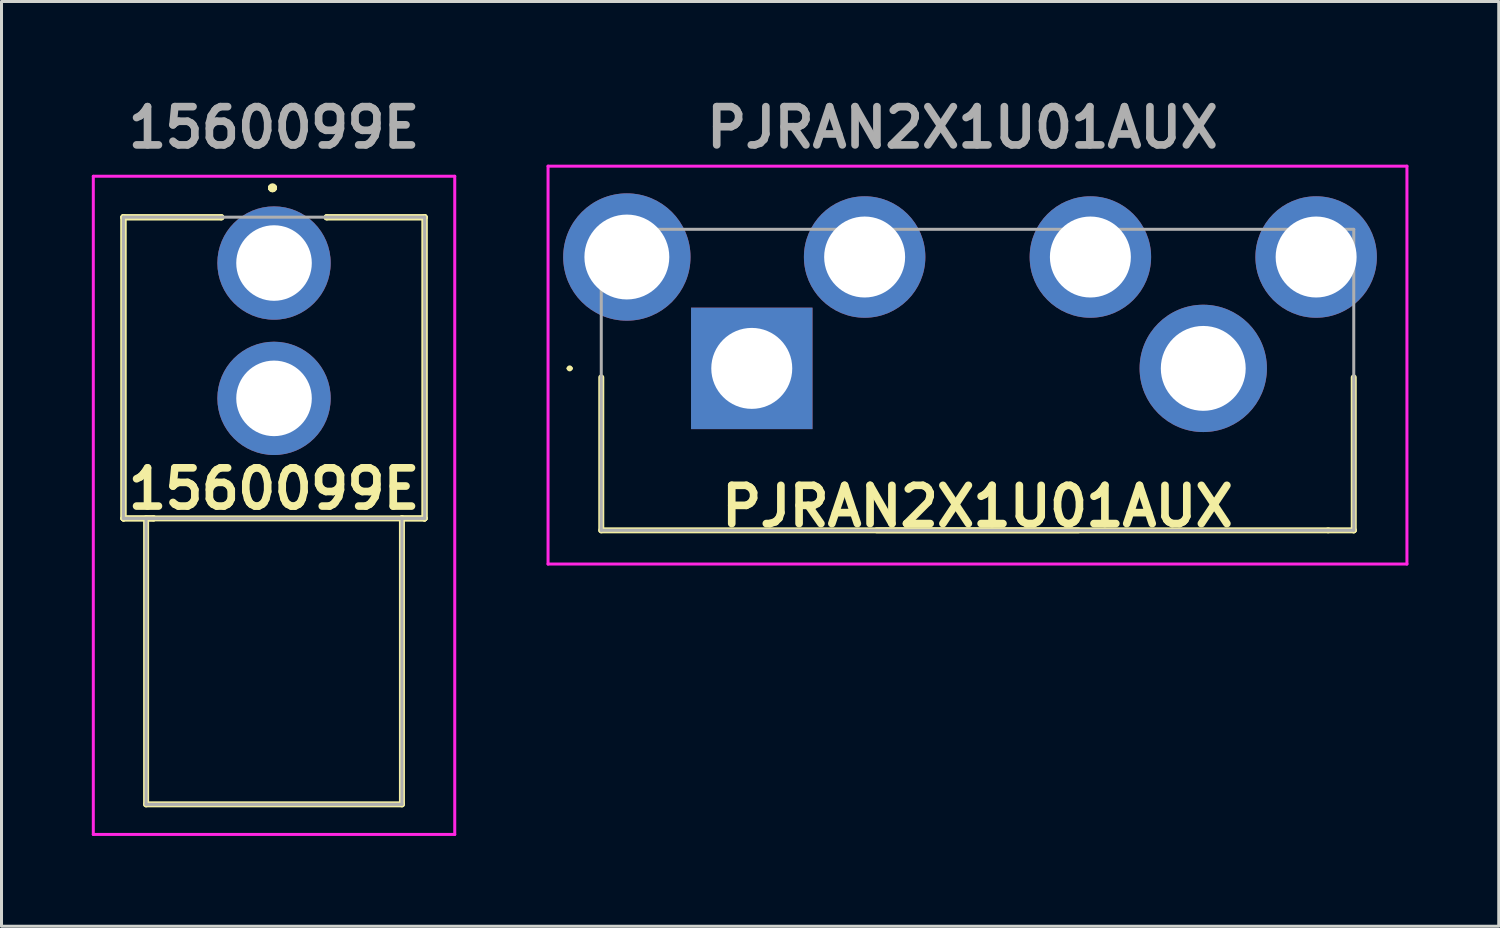
<source format=kicad_pcb>
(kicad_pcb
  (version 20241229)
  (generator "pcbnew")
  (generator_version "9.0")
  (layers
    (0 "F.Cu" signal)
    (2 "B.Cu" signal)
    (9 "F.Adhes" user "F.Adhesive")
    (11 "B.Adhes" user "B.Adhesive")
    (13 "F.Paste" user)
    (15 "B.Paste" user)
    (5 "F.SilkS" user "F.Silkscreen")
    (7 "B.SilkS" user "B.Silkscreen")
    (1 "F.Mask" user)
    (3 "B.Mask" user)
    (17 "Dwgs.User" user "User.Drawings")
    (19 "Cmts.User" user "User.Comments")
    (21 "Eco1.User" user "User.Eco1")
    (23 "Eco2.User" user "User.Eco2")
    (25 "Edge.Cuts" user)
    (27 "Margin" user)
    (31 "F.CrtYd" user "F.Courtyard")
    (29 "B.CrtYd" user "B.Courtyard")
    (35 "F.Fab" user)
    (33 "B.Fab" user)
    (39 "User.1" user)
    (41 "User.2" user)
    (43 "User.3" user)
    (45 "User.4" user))
  (footprint "1560099E"
    (layer "F.Cu")
    (at 6.054 5.689)
    (property "Reference" "1560099E" (at 0 7.5 0) (layer "F.SilkS") (effects (font (size 1.27 1.27) (thickness 0.254))))
    (attr through_hole)
    (fp_line (start -5.004 -1.524) (end -5 -1.524) (stroke (width 0.2) (type solid)) (layer "F.SilkS"))
    (fp_line (start -5.004 8.484) (end -5.004 -1.524) (stroke (width 0.2) (type solid)) (layer "F.SilkS"))
    (fp_line (start -5 -1.524) (end -5 -1.516) (stroke (width 0.2) (type solid)) (layer "F.SilkS"))
    (fp_line (start -5 -1.524) (end -5 8.484) (stroke (width 0.2) (type solid)) (layer "F.SilkS"))
    (fp_line (start -5 -1.516) (end -1.75 -1.516) (stroke (width 0.2) (type solid)) (layer "F.SilkS"))
    (fp_line (start -5 8.484) (end -5.004 8.484) (stroke (width 0.2) (type solid)) (layer "F.SilkS"))
    (fp_line (start -5 8.484) (end -5 8.484) (stroke (width 0.2) (type solid)) (layer "F.SilkS"))
    (fp_line (start -5 8.484) (end -4 8.484) (stroke (width 0.2) (type solid)) (layer "F.SilkS"))
    (fp_line (start -4.25 8.484) (end 4.25 8.484) (stroke (width 0.2) (type solid)) (layer "F.SilkS"))
    (fp_line (start -4.25 17.984) (end -4.25 8.484) (stroke (width 0.2) (type solid)) (layer "F.SilkS"))
    (fp_line (start -4 8.484) (end -5 8.484) (stroke (width 0.2) (type solid)) (layer "F.SilkS"))
    (fp_line (start -4 8.484) (end -4 8.484) (stroke (width 0.2) (type solid)) (layer "F.SilkS"))
    (fp_line (start -1.75 -1.524) (end -5 -1.524) (stroke (width 0.2) (type solid)) (layer "F.SilkS"))
    (fp_line (start -1.75 -1.516) (end -1.75 -1.524) (stroke (width 0.2) (type solid)) (layer "F.SilkS"))
    (fp_line (start -0.1 -2.5) (end -0.1 -2.5) (stroke (width 0.2) (type solid)) (layer "F.SilkS"))
    (fp_line (start -0.1 -2.5) (end -0.1 -2.5) (stroke (width 0.2) (type solid)) (layer "F.SilkS"))
    (fp_line (start 0 -2.5) (end 0 -2.5) (stroke (width 0.2) (type solid)) (layer "F.SilkS"))
    (fp_line (start 1.75 -1.524) (end 1.75 -1.516) (stroke (width 0.2) (type solid)) (layer "F.SilkS"))
    (fp_line (start 1.75 -1.516) (end 5 -1.516) (stroke (width 0.2) (type solid)) (layer "F.SilkS"))
    (fp_line (start 4.25 8.484) (end 4.25 8.484) (stroke (width 0.2) (type solid)) (layer "F.SilkS"))
    (fp_line (start 4.25 8.484) (end 4.25 17.984) (stroke (width 0.2) (type solid)) (layer "F.SilkS"))
    (fp_line (start 4.25 8.484) (end 5 8.484) (stroke (width 0.2) (type solid)) (layer "F.SilkS"))
    (fp_line (start 4.25 17.984) (end -4.25 17.984) (stroke (width 0.2) (type solid)) (layer "F.SilkS"))
    (fp_line (start 5 -1.524) (end 1.75 -1.524) (stroke (width 0.2) (type solid)) (layer "F.SilkS"))
    (fp_line (start 5 -1.524) (end 5 8.484) (stroke (width 0.2) (type solid)) (layer "F.SilkS"))
    (fp_line (start 5 -1.516) (end 5 -1.524) (stroke (width 0.2) (type solid)) (layer "F.SilkS"))
    (fp_line (start 5 8.484) (end 4.25 8.484) (stroke (width 0.2) (type solid)) (layer "F.SilkS"))
    (fp_line (start 5 8.484) (end 5 8.484) (stroke (width 0.2) (type solid)) (layer "F.SilkS"))
    (fp_line (start 5 8.484) (end 5.004 8.484) (stroke (width 0.2) (type solid)) (layer "F.SilkS"))
    (fp_line (start 5.004 -1.524) (end 5 -1.524) (stroke (width 0.2) (type solid)) (layer "F.SilkS"))
    (fp_line (start 5.004 8.484) (end 5.004 -1.524) (stroke (width 0.2) (type solid)) (layer "F.SilkS"))
    (fp_arc (start -0.1 -2.5) (mid -0.05 -2.55) (end 0 -2.5) (stroke (width 0.2) (type solid)) (layer "F.SilkS"))
    (fp_arc (start 0 -2.5) (mid -0.05 -2.45) (end -0.1 -2.5) (stroke (width 0.2) (type solid)) (layer "F.SilkS"))
    (fp_arc (start 0 -2.5) (mid -0.05 -2.45) (end -0.1 -2.5) (stroke (width 0.2) (type solid)) (layer "F.SilkS"))
    (fp_line (start -6.004 -2.883) (end 6.004 -2.883) (stroke (width 0.1) (type solid)) (layer "F.CrtYd"))
    (fp_line (start -6.004 18.984) (end -6.004 -2.883) (stroke (width 0.1) (type solid)) (layer "F.CrtYd"))
    (fp_line (start 6.004 -2.883) (end 6.004 18.984) (stroke (width 0.1) (type solid)) (layer "F.CrtYd"))
    (fp_line (start 6.004 18.984) (end -6.004 18.984) (stroke (width 0.1) (type solid)) (layer "F.CrtYd"))
    (fp_line (start -5.004 -1.524) (end -5.004 8.484) (stroke (width 0.1) (type solid)) (layer "F.Fab"))
    (fp_line (start -5.004 8.484) (end 5.004 8.484) (stroke (width 0.1) (type solid)) (layer "F.Fab"))
    (fp_line (start -4.25 8.484) (end 4.25 8.484) (stroke (width 0.1) (type solid)) (layer "F.Fab"))
    (fp_line (start -4.25 17.984) (end -4.25 8.484) (stroke (width 0.1) (type solid)) (layer "F.Fab"))
    (fp_line (start 4.25 8.484) (end 4.25 17.984) (stroke (width 0.1) (type solid)) (layer "F.Fab"))
    (fp_line (start 4.25 17.984) (end -4.25 17.984) (stroke (width 0.1) (type solid)) (layer "F.Fab"))
    (fp_line (start 5.004 -1.524) (end -5.004 -1.524) (stroke (width 0.1) (type solid)) (layer "F.Fab"))
    (fp_line (start 5.004 8.484) (end 5.004 -1.524) (stroke (width 0.1) (type solid)) (layer "F.Fab"))
    (fp_text user "${REFERENCE}" (at 0 -4.5 0) (layer "F.Fab") (effects (font (size 1.27 1.27) (thickness 0.254))))
    (pad "1" thru_hole circle (at 0 0) (size 3.765 3.765) (drill 2.51) (layers "*.Cu" "*.Mask"))
    (pad "2" thru_hole circle (at 0 4.496) (size 3.765 3.765) (drill 2.51) (layers "*.Cu" "*.Mask")))
  (footprint "PJRAN2X1U01AUX"
    (layer "F.Cu")
    (at 21.926 9.189)
    (property "Reference" "PJRAN2X1U01AUX" (at 7.499 4.581 0) (layer "F.SilkS") (effects (font (size 1.27 1.27) (thickness 0.254))))
    (attr through_hole)
    (fp_line (start -6.1 0) (end -6.1 0) (stroke (width 0.1) (type solid)) (layer "F.SilkS"))
    (fp_line (start -6 0) (end -6 0) (stroke (width 0.1) (type solid)) (layer "F.SilkS"))
    (fp_line (start -5 5.38) (end -5 0.3) (stroke (width 0.2) (type solid)) (layer "F.SilkS"))
    (fp_line (start 4.15 5.38) (end 10.85 5.38) (stroke (width 0.2) (type solid)) (layer "F.SilkS"))
    (fp_line (start 19.15 5.38) (end -5 5.38) (stroke (width 0.2) (type solid)) (layer "F.SilkS"))
    (fp_line (start 19.15 5.38) (end 20 5.38) (stroke (width 0.2) (type solid)) (layer "F.SilkS"))
    (fp_line (start 20 5.38) (end 20 0.3) (stroke (width 0.2) (type solid)) (layer "F.SilkS"))
    (fp_line (start 20 5.38) (end 20 5.38) (stroke (width 0.2) (type solid)) (layer "F.SilkS"))
    (fp_arc (start -6.1 0) (mid -6.05 -0.05) (end -6 0) (stroke (width 0.1) (type solid)) (layer "F.SilkS"))
    (fp_arc (start -6 0) (mid -6.05 0.05) (end -6.1 0) (stroke (width 0.1) (type solid)) (layer "F.SilkS"))
    (fp_line (start -6.768 -6.718) (end 21.767 -6.718) (stroke (width 0.1) (type solid)) (layer "F.CrtYd"))
    (fp_line (start -6.768 6.5) (end -6.768 -6.718) (stroke (width 0.1) (type solid)) (layer "F.CrtYd"))
    (fp_line (start 21.767 -6.718) (end 21.767 6.5) (stroke (width 0.1) (type solid)) (layer "F.CrtYd"))
    (fp_line (start 21.767 6.5) (end -6.768 6.5) (stroke (width 0.1) (type solid)) (layer "F.CrtYd"))
    (fp_line (start -5 -4.62) (end 20 -4.62) (stroke (width 0.1) (type solid)) (layer "F.Fab"))
    (fp_line (start -5 5.38) (end -5 -4.62) (stroke (width 0.1) (type solid)) (layer "F.Fab"))
    (fp_line (start 20 -4.62) (end 20 5.38) (stroke (width 0.1) (type solid)) (layer "F.Fab"))
    (fp_line (start 20 5.38) (end -5 5.38) (stroke (width 0.1) (type solid)) (layer "F.Fab"))
    (fp_text user "${REFERENCE}" (at 7 -8 0) (layer "F.Fab") (effects (font (size 1.27 1.27) (thickness 0.254))))
    (pad "1" thru_hole circle (at 11.25 -3.7) (size 4.035 4.035) (drill 2.69) (layers "*.Cu" "*.Mask"))
    (pad "2" thru_hole circle (at -4.15 -3.7) (size 4.23 4.23) (drill 2.82) (layers "*.Cu" "*.Mask"))
    (pad "3" thru_hole rect (at 0 0) (size 4.035 4.035) (drill 2.69) (layers "*.Cu" "*.Mask"))
    (pad "3" thru_hole circle (at 15 0) (size 4.23 4.23) (drill 2.82) (layers "*.Cu" "*.Mask"))
    (pad "A" thru_hole circle (at 3.75 -3.7) (size 4.035 4.035) (drill 2.69) (layers "*.Cu" "*.Mask"))
    (pad "B" thru_hole circle (at 18.75 -3.7) (size 4.035 4.035) (drill 2.69) (layers "*.Cu" "*.Mask")))
  (gr_rect
    (start -3 -3)
    (end 46.743 27.723)
    (stroke (width 0.1) (type default))
    (fill no)
    (layer "Edge.Cuts")))
</source>
